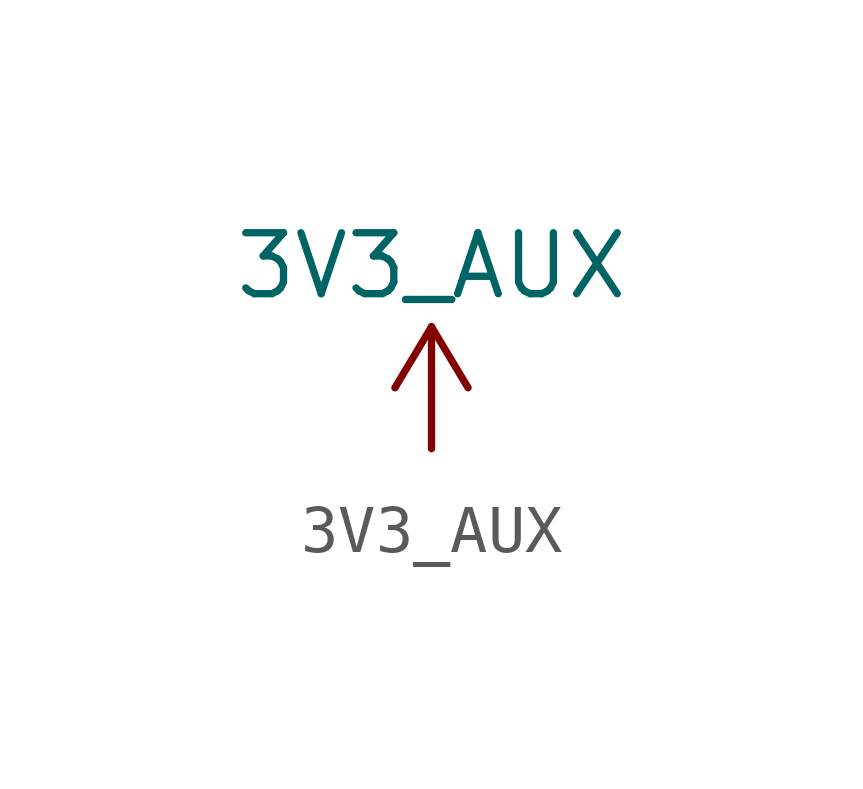
<source format=kicad_sym>
(kicad_symbol_lib
  (version 20220914)
  (generator kicad_symbol_editor)
  (symbol "3V3_AUX"
    (property "Reference" "#PWR"
      (at 0 3.81 0)
      (effects (font (size 1.27 1.27)) hide))
    (property "Value" "3V3_AUX"
      (at 0 3.81 0)
      (effects (font (size 1.27 1.27))))
    (symbol "3V3_AUX_0_1"
      (polyline (pts (xy -0.762 1.27) (xy 0 2.54)) (stroke (width 0) (type default)) (fill (type none)))
      (polyline (pts (xy 0 0) (xy 0 2.54)) (stroke (width 0) (type default)) (fill (type none)))
      (polyline (pts (xy 0 2.54) (xy 0.762 1.27)) (stroke (width 0) (type default)) (fill (type none))))
    (symbol "3V3_AUX_1_1"
      (pin power_in line (at 0 0 90) (length 0) hide (name "3V3_AUX" (effects (font (size 1.27 1.27)))) (number "1" (effects (font (size 1.27 1.27))))))))
</source>
